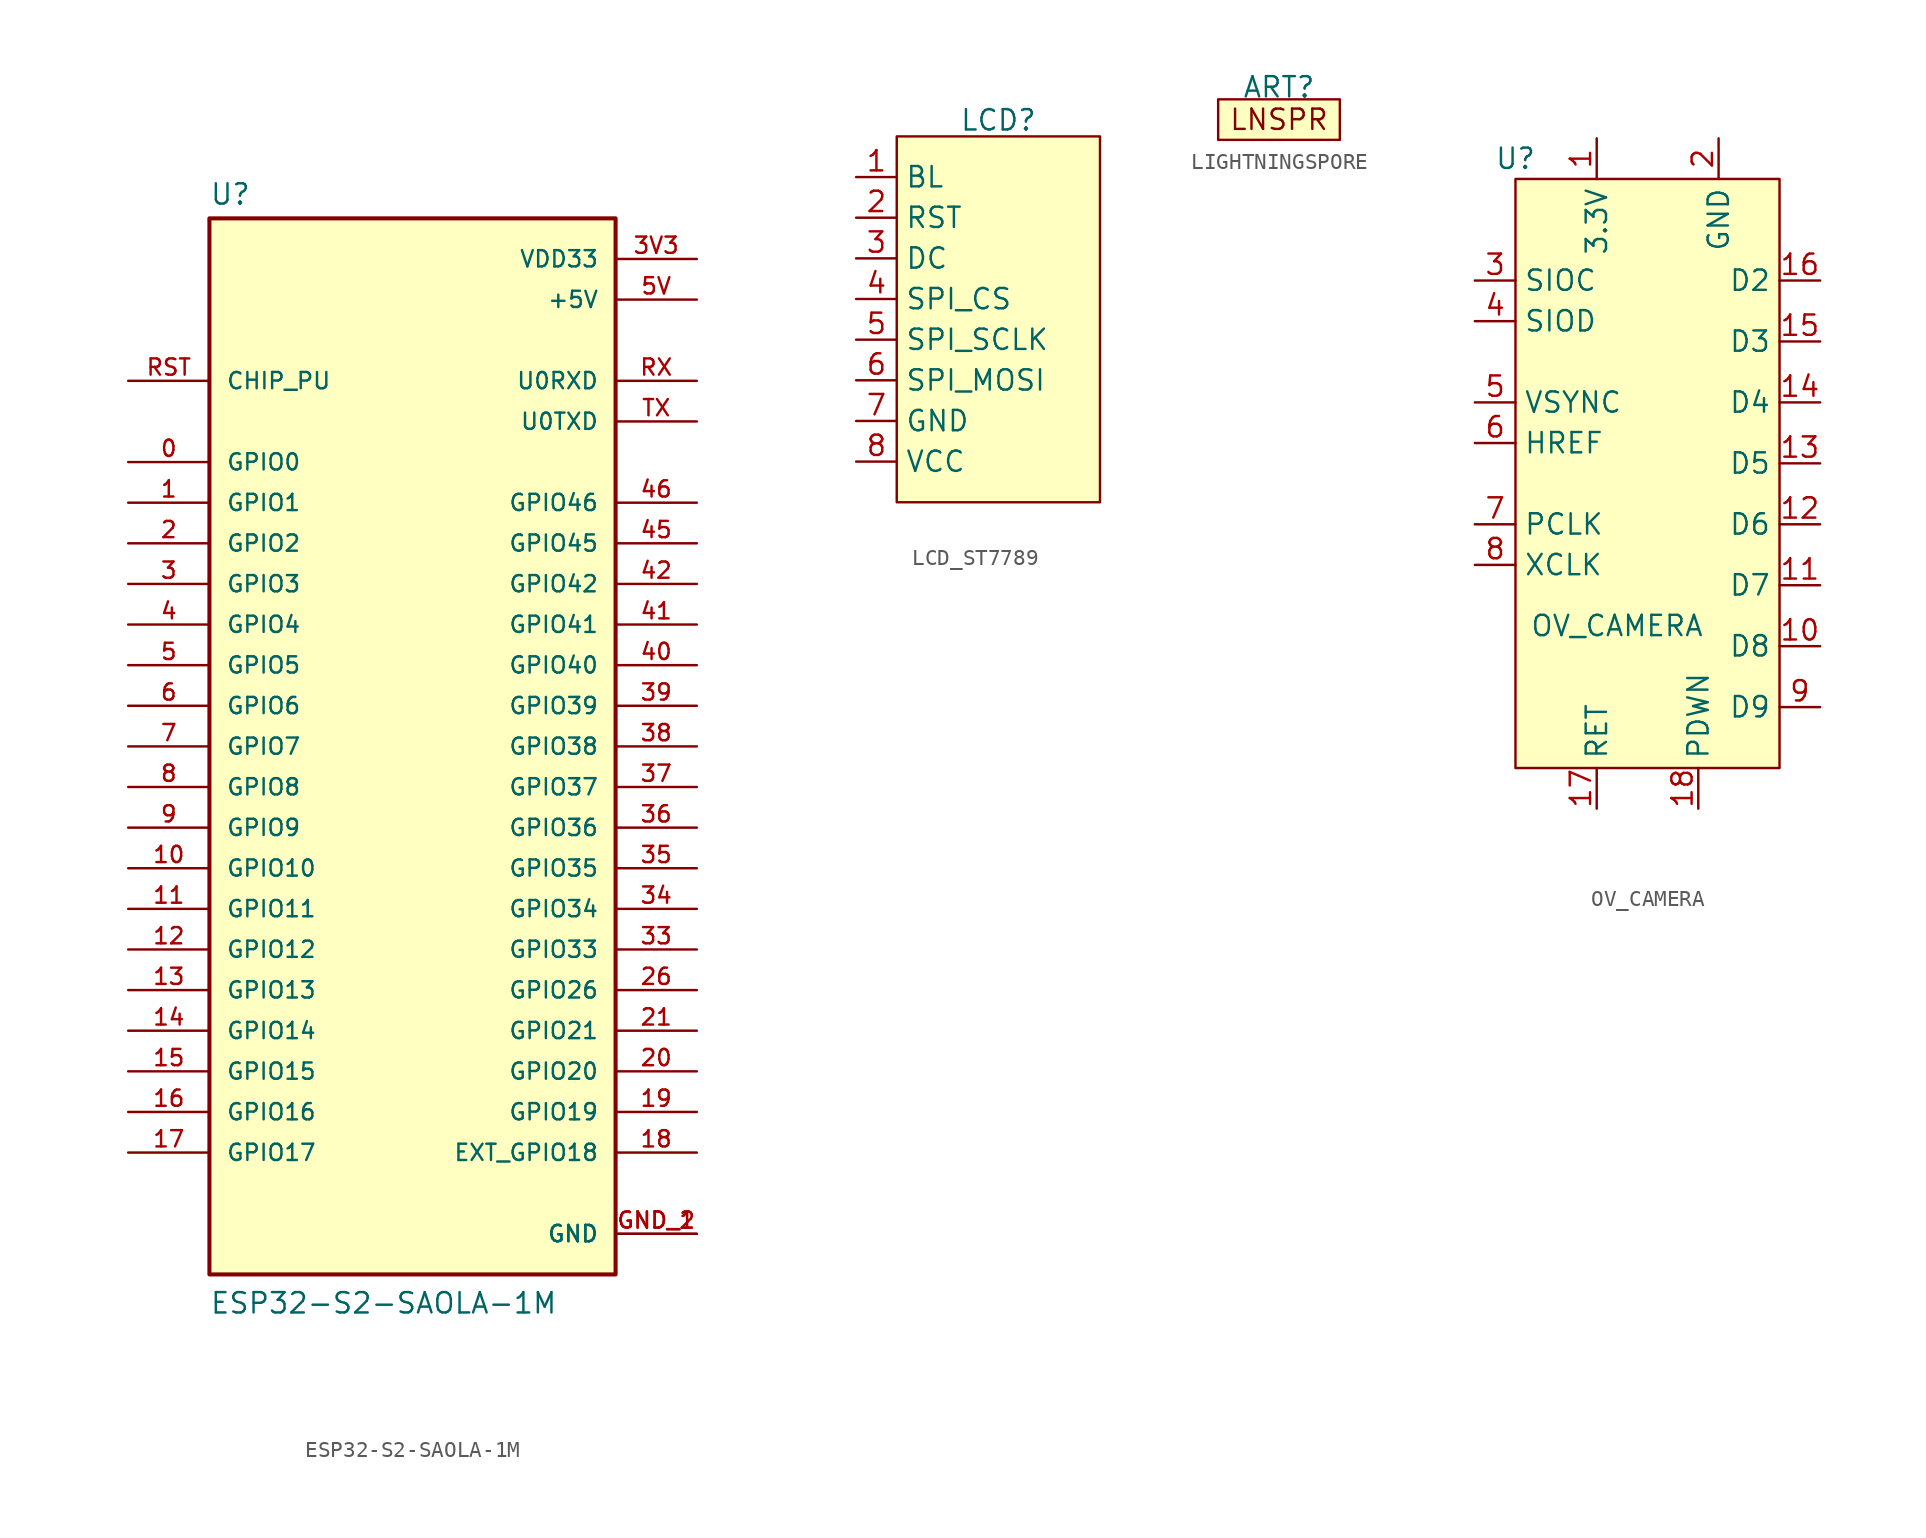
<source format=kicad_sym>
(kicad_symbol_lib
  (version 20241209)
  (generator "kicad_symbol_editor")
  (generator_version "9.0")
  (symbol "ESP32-S2-SAOLA-1M"
    (pin_names
      (offset 1.016))
    (property "Reference" "U"
      (at -12.7 33.782 0)
      (effects (font (size 1.27 1.27)) (justify left bottom)))
    (property "Value" "ESP32-S2-SAOLA-1M"
      (at -12.7 -35.56 0)
      (effects (font (size 1.27 1.27)) (justify left bottom)))
    (symbol "ESP32-S2-SAOLA-1M_0_0"
      (rectangle (start -12.7 -33.02) (end 12.7 33.02) (stroke (width 0.254) (type default)) (fill (type background)))
      (pin bidirectional line (at -17.78 22.86 0) (length 5.08) (name "CHIP_PU" (effects (font (size 1.016 1.016)))) (number "RST" (effects (font (size 1.016 1.016)))))
      (pin bidirectional line (at -17.78 17.78 0) (length 5.08) (name "GPIO0" (effects (font (size 1.016 1.016)))) (number "0" (effects (font (size 1.016 1.016)))))
      (pin bidirectional line (at -17.78 15.24 0) (length 5.08) (name "GPIO1" (effects (font (size 1.016 1.016)))) (number "1" (effects (font (size 1.016 1.016)))))
      (pin bidirectional line (at -17.78 12.7 0) (length 5.08) (name "GPIO2" (effects (font (size 1.016 1.016)))) (number "2" (effects (font (size 1.016 1.016)))))
      (pin bidirectional line (at -17.78 10.16 0) (length 5.08) (name "GPIO3" (effects (font (size 1.016 1.016)))) (number "3" (effects (font (size 1.016 1.016)))))
      (pin bidirectional line (at -17.78 7.62 0) (length 5.08) (name "GPIO4" (effects (font (size 1.016 1.016)))) (number "4" (effects (font (size 1.016 1.016)))))
      (pin bidirectional line (at -17.78 5.08 0) (length 5.08) (name "GPIO5" (effects (font (size 1.016 1.016)))) (number "5" (effects (font (size 1.016 1.016)))))
      (pin bidirectional line (at -17.78 2.54 0) (length 5.08) (name "GPIO6" (effects (font (size 1.016 1.016)))) (number "6" (effects (font (size 1.016 1.016)))))
      (pin bidirectional line (at -17.78 0 0) (length 5.08) (name "GPIO7" (effects (font (size 1.016 1.016)))) (number "7" (effects (font (size 1.016 1.016)))))
      (pin bidirectional line (at -17.78 -2.54 0) (length 5.08) (name "GPIO8" (effects (font (size 1.016 1.016)))) (number "8" (effects (font (size 1.016 1.016)))))
      (pin bidirectional line (at -17.78 -5.08 0) (length 5.08) (name "GPIO9" (effects (font (size 1.016 1.016)))) (number "9" (effects (font (size 1.016 1.016)))))
      (pin bidirectional line (at -17.78 -7.62 0) (length 5.08) (name "GPIO10" (effects (font (size 1.016 1.016)))) (number "10" (effects (font (size 1.016 1.016)))))
      (pin bidirectional line (at -17.78 -10.16 0) (length 5.08) (name "GPIO11" (effects (font (size 1.016 1.016)))) (number "11" (effects (font (size 1.016 1.016)))))
      (pin bidirectional line (at -17.78 -12.7 0) (length 5.08) (name "GPIO12" (effects (font (size 1.016 1.016)))) (number "12" (effects (font (size 1.016 1.016)))))
      (pin bidirectional line (at -17.78 -15.24 0) (length 5.08) (name "GPIO13" (effects (font (size 1.016 1.016)))) (number "13" (effects (font (size 1.016 1.016)))))
      (pin bidirectional line (at -17.78 -17.78 0) (length 5.08) (name "GPIO14" (effects (font (size 1.016 1.016)))) (number "14" (effects (font (size 1.016 1.016)))))
      (pin bidirectional line (at -17.78 -20.32 0) (length 5.08) (name "GPIO15" (effects (font (size 1.016 1.016)))) (number "15" (effects (font (size 1.016 1.016)))))
      (pin bidirectional line (at -17.78 -22.86 0) (length 5.08) (name "GPIO16" (effects (font (size 1.016 1.016)))) (number "16" (effects (font (size 1.016 1.016)))))
      (pin bidirectional line (at -17.78 -25.4 0) (length 5.08) (name "GPIO17" (effects (font (size 1.016 1.016)))) (number "17" (effects (font (size 1.016 1.016)))))
      (pin power_in line (at 17.78 30.48 180) (length 5.08) (name "VDD33" (effects (font (size 1.016 1.016)))) (number "3V3" (effects (font (size 1.016 1.016)))))
      (pin power_in line (at 17.78 27.94 180) (length 5.08) (name "+5V" (effects (font (size 1.016 1.016)))) (number "5V" (effects (font (size 1.016 1.016)))))
      (pin bidirectional line (at 17.78 22.86 180) (length 5.08) (name "U0RXD" (effects (font (size 1.016 1.016)))) (number "RX" (effects (font (size 1.016 1.016)))))
      (pin bidirectional line (at 17.78 20.32 180) (length 5.08) (name "U0TXD" (effects (font (size 1.016 1.016)))) (number "TX" (effects (font (size 1.016 1.016)))))
      (pin bidirectional line (at 17.78 15.24 180) (length 5.08) (name "GPIO46" (effects (font (size 1.016 1.016)))) (number "46" (effects (font (size 1.016 1.016)))))
      (pin bidirectional line (at 17.78 12.7 180) (length 5.08) (name "GPIO45" (effects (font (size 1.016 1.016)))) (number "45" (effects (font (size 1.016 1.016)))))
      (pin bidirectional line (at 17.78 10.16 180) (length 5.08) (name "GPIO42" (effects (font (size 1.016 1.016)))) (number "42" (effects (font (size 1.016 1.016)))))
      (pin bidirectional line (at 17.78 7.62 180) (length 5.08) (name "GPIO41" (effects (font (size 1.016 1.016)))) (number "41" (effects (font (size 1.016 1.016)))))
      (pin bidirectional line (at 17.78 5.08 180) (length 5.08) (name "GPIO40" (effects (font (size 1.016 1.016)))) (number "40" (effects (font (size 1.016 1.016)))))
      (pin bidirectional line (at 17.78 2.54 180) (length 5.08) (name "GPIO39" (effects (font (size 1.016 1.016)))) (number "39" (effects (font (size 1.016 1.016)))))
      (pin bidirectional line (at 17.78 0 180) (length 5.08) (name "GPIO38" (effects (font (size 1.016 1.016)))) (number "38" (effects (font (size 1.016 1.016)))))
      (pin bidirectional line (at 17.78 -2.54 180) (length 5.08) (name "GPIO37" (effects (font (size 1.016 1.016)))) (number "37" (effects (font (size 1.016 1.016)))))
      (pin bidirectional line (at 17.78 -5.08 180) (length 5.08) (name "GPIO36" (effects (font (size 1.016 1.016)))) (number "36" (effects (font (size 1.016 1.016)))))
      (pin bidirectional line (at 17.78 -7.62 180) (length 5.08) (name "GPIO35" (effects (font (size 1.016 1.016)))) (number "35" (effects (font (size 1.016 1.016)))))
      (pin bidirectional line (at 17.78 -10.16 180) (length 5.08) (name "GPIO34" (effects (font (size 1.016 1.016)))) (number "34" (effects (font (size 1.016 1.016)))))
      (pin bidirectional line (at 17.78 -12.7 180) (length 5.08) (name "GPIO33" (effects (font (size 1.016 1.016)))) (number "33" (effects (font (size 1.016 1.016)))))
      (pin bidirectional line (at 17.78 -15.24 180) (length 5.08) (name "GPIO26" (effects (font (size 1.016 1.016)))) (number "26" (effects (font (size 1.016 1.016)))))
      (pin bidirectional line (at 17.78 -17.78 180) (length 5.08) (name "GPIO21" (effects (font (size 1.016 1.016)))) (number "21" (effects (font (size 1.016 1.016)))))
      (pin bidirectional line (at 17.78 -20.32 180) (length 5.08) (name "GPIO20" (effects (font (size 1.016 1.016)))) (number "20" (effects (font (size 1.016 1.016)))))
      (pin bidirectional line (at 17.78 -22.86 180) (length 5.08) (name "GPIO19" (effects (font (size 1.016 1.016)))) (number "19" (effects (font (size 1.016 1.016)))))
      (pin bidirectional line (at 17.78 -25.4 180) (length 5.08) (name "EXT_GPIO18" (effects (font (size 1.016 1.016)))) (number "18" (effects (font (size 1.016 1.016)))))
      (pin power_in line (at 17.78 -30.48 180) (length 5.08) (name "GND" (effects (font (size 1.016 1.016)))) (number "GND_1" (effects (font (size 1.016 1.016)))))
      (pin power_in line (at 17.78 -30.48 180) (length 5.08) (name "GND" (effects (font (size 1.016 1.016)))) (number "GND_2" (effects (font (size 1.016 1.016)))))))
  (symbol "LCD_ST7789"
    (property "Reference" "LCD"
      (at 0 12.446 0)
      (effects (font (size 1.27 1.27))))
    (symbol "LCD_ST7789_1_1"
      (rectangle (start -6.35 11.43) (end 6.35 -11.43) (stroke (width 0) (type solid)) (fill (type background)))
      (pin input line (at -8.89 8.89 0) (length 2.54) (name "BL" (effects (font (size 1.27 1.27)))) (number "1" (effects (font (size 1.27 1.27)))))
      (pin input line (at -8.89 6.35 0) (length 2.54) (name "RST" (effects (font (size 1.27 1.27)))) (number "2" (effects (font (size 1.27 1.27)))))
      (pin input line (at -8.89 3.81 0) (length 2.54) (name "DC" (effects (font (size 1.27 1.27)))) (number "3" (effects (font (size 1.27 1.27)))))
      (pin input line (at -8.89 1.27 0) (length 2.54) (name "SPI_CS" (effects (font (size 1.27 1.27)))) (number "4" (effects (font (size 1.27 1.27)))))
      (pin input line (at -8.89 -1.27 0) (length 2.54) (name "SPI_SCLK" (effects (font (size 1.27 1.27)))) (number "5" (effects (font (size 1.27 1.27)))))
      (pin input line (at -8.89 -3.81 0) (length 2.54) (name "SPI_MOSI" (effects (font (size 1.27 1.27)))) (number "6" (effects (font (size 1.27 1.27)))))
      (pin input line (at -8.89 -6.35 0) (length 2.54) (name "GND" (effects (font (size 1.27 1.27)))) (number "7" (effects (font (size 1.27 1.27)))))
      (pin input line (at -8.89 -8.89 0) (length 2.54) (name "VCC" (effects (font (size 1.27 1.27)))) (number "8" (effects (font (size 1.27 1.27)))))))
  (symbol "LIGHTNINGSPORE"
    (property "Reference" "ART"
      (at 0 2.032 0)
      (effects (font (size 1.27 1.27))))
    (property "Value" ""
      (at 0 0 0)
      (effects (font (size 1.27 1.27))))
    (symbol "LIGHTNINGSPORE_1_1"
      (rectangle (start -3.81 1.27) (end 3.81 -1.27) (stroke (width 0) (type default)) (fill (type background)))
      (text "LNSPR" (at 0 0 0) (effects (font (size 1.27 1.27))))))
  (symbol "OV_CAMERA"
    (property "Reference" "U"
      (at -8.89 7.62 0)
      (effects (font (size 1.27 1.27))))
    (property "Value" "OV_CAMERA"
      (at -2.54 -21.59 0)
      (effects (font (size 1.27 1.27))))
    (symbol "OV_CAMERA_0_1"
      (polyline (pts (xy -8.89 6.35) (xy -8.89 -30.48) (xy 7.62 -30.48) (xy 7.62 6.35) (xy -8.89 6.35)) (stroke (width 0) (type default)) (fill (type background))))
    (symbol "OV_CAMERA_1_1"
      (pin input line (at -11.43 0 0) (length 2.54) (name "SIOC" (effects (font (size 1.27 1.27)))) (number "3" (effects (font (size 1.27 1.27)))))
      (pin input line (at -11.43 -2.54 0) (length 2.54) (name "SIOD" (effects (font (size 1.27 1.27)))) (number "4" (effects (font (size 1.27 1.27)))))
      (pin input line (at -11.43 -7.62 0) (length 2.54) (name "VSYNC" (effects (font (size 1.27 1.27)))) (number "5" (effects (font (size 1.27 1.27)))))
      (pin input line (at -11.43 -10.16 0) (length 2.54) (name "HREF" (effects (font (size 1.27 1.27)))) (number "6" (effects (font (size 1.27 1.27)))))
      (pin input line (at -11.43 -15.24 0) (length 2.54) (name "PCLK" (effects (font (size 1.27 1.27)))) (number "7" (effects (font (size 1.27 1.27)))))
      (pin input line (at -11.43 -17.78 0) (length 2.54) (name "XCLK" (effects (font (size 1.27 1.27)))) (number "8" (effects (font (size 1.27 1.27)))))
      (pin input line (at -3.81 8.89 270) (length 2.54) (name "3.3V" (effects (font (size 1.27 1.27)))) (number "1" (effects (font (size 1.27 1.27)))))
      (pin input line (at -3.81 -33.02 90) (length 2.54) (name "RET" (effects (font (size 1.27 1.27)))) (number "17" (effects (font (size 1.27 1.27)))))
      (pin input line (at 2.54 -33.02 90) (length 2.54) (name "PDWN" (effects (font (size 1.27 1.27)))) (number "18" (effects (font (size 1.27 1.27)))))
      (pin input line (at 3.81 8.89 270) (length 2.54) (name "GND" (effects (font (size 1.27 1.27)))) (number "2" (effects (font (size 1.27 1.27)))))
      (pin input line (at 10.16 0 180) (length 2.54) (name "D2" (effects (font (size 1.27 1.27)))) (number "16" (effects (font (size 1.27 1.27)))))
      (pin input line (at 10.16 -3.81 180) (length 2.54) (name "D3" (effects (font (size 1.27 1.27)))) (number "15" (effects (font (size 1.27 1.27)))))
      (pin input line (at 10.16 -7.62 180) (length 2.54) (name "D4" (effects (font (size 1.27 1.27)))) (number "14" (effects (font (size 1.27 1.27)))))
      (pin input line (at 10.16 -11.43 180) (length 2.54) (name "D5" (effects (font (size 1.27 1.27)))) (number "13" (effects (font (size 1.27 1.27)))))
      (pin input line (at 10.16 -15.24 180) (length 2.54) (name "D6" (effects (font (size 1.27 1.27)))) (number "12" (effects (font (size 1.27 1.27)))))
      (pin input line (at 10.16 -19.05 180) (length 2.54) (name "D7" (effects (font (size 1.27 1.27)))) (number "11" (effects (font (size 1.27 1.27)))))
      (pin input line (at 10.16 -22.86 180) (length 2.54) (name "D8" (effects (font (size 1.27 1.27)))) (number "10" (effects (font (size 1.27 1.27)))))
      (pin input line (at 10.16 -26.67 180) (length 2.54) (name "D9" (effects (font (size 1.27 1.27)))) (number "9" (effects (font (size 1.27 1.27))))))))
</source>
